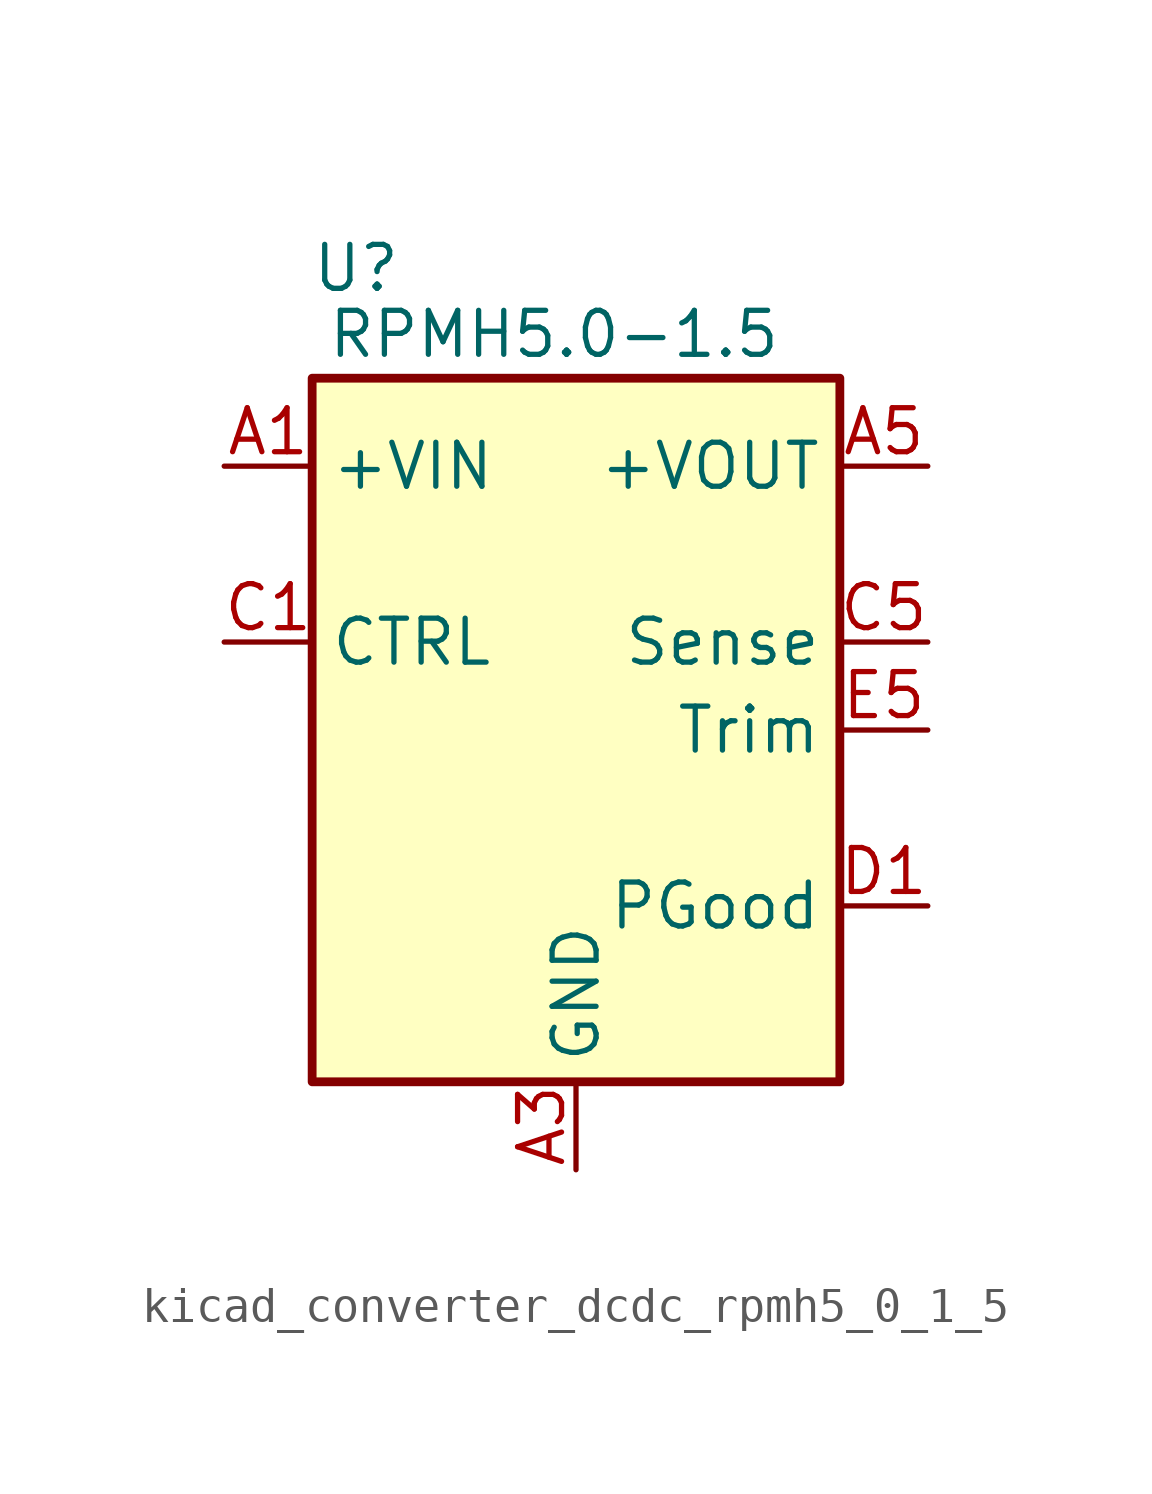
<source format=kicad_sym>
(kicad_symbol_lib
  (version 20220914)
  (generator kicad_symbol_editor)
  (symbol "kicad_converter_dcdc_rpmh5_0_1_5"
    (property "Reference" "U"
      (at -6.35 13.335 0)
      (effects (font (size 1.27 1.27))))
    (property "Value" "RPMH5.0-1.5"
      (at -0.635 11.43 0)
      (effects (font (size 1.27 1.27))))
    (symbol "kicad_converter_dcdc_rpmh5_0_1_5_0_1"
      (rectangle (start -7.62 10.16) (end 7.62 -10.16) (stroke (width 0.254) (type default)) (fill (type background))))
    (symbol "kicad_converter_dcdc_rpmh5_0_1_5_1_1"
      (pin power_in line (at -10.16 7.62 0) (length 2.54) (name "+VIN" (effects (font (size 1.27 1.27)))) (number "A1" (effects (font (size 1.27 1.27)))))
      (pin passive line (at -10.16 7.62 0) (length 2.54) hide (name "+VIN" (effects (font (size 1.27 1.27)))) (number "A2" (effects (font (size 1.27 1.27)))))
      (pin power_in line (at 0 -12.7 90) (length 2.54) (name "GND" (effects (font (size 1.27 1.27)))) (number "A3" (effects (font (size 1.27 1.27)))))
      (pin passive line (at 0 -12.7 90) (length 2.54) hide (name "GND" (effects (font (size 1.27 1.27)))) (number "A4" (effects (font (size 1.27 1.27)))))
      (pin power_out line (at 10.16 7.62 180) (length 2.54) (name "+VOUT" (effects (font (size 1.27 1.27)))) (number "A5" (effects (font (size 1.27 1.27)))))
      (pin passive line (at 0 -12.7 90) (length 2.54) hide (name "GND" (effects (font (size 1.27 1.27)))) (number "B1" (effects (font (size 1.27 1.27)))))
      (pin passive line (at 0 -12.7 90) (length 2.54) hide (name "GND" (effects (font (size 1.27 1.27)))) (number "B2" (effects (font (size 1.27 1.27)))))
      (pin passive line (at 0 -12.7 90) (length 2.54) hide (name "GND" (effects (font (size 1.27 1.27)))) (number "B3" (effects (font (size 1.27 1.27)))))
      (pin passive line (at 0 -12.7 90) (length 2.54) hide (name "GND" (effects (font (size 1.27 1.27)))) (number "B4" (effects (font (size 1.27 1.27)))))
      (pin passive line (at 10.16 7.62 180) (length 2.54) hide (name "+VOUT" (effects (font (size 1.27 1.27)))) (number "B5" (effects (font (size 1.27 1.27)))))
      (pin input line (at -10.16 2.54 0) (length 2.54) (name "CTRL" (effects (font (size 1.27 1.27)))) (number "C1" (effects (font (size 1.27 1.27)))))
      (pin passive line (at 0 -12.7 90) (length 2.54) hide (name "GND" (effects (font (size 1.27 1.27)))) (number "C2" (effects (font (size 1.27 1.27)))))
      (pin passive line (at 0 -12.7 90) (length 2.54) hide (name "GND" (effects (font (size 1.27 1.27)))) (number "C3" (effects (font (size 1.27 1.27)))))
      (pin passive line (at 0 -12.7 90) (length 2.54) hide (name "GND" (effects (font (size 1.27 1.27)))) (number "C4" (effects (font (size 1.27 1.27)))))
      (pin input line (at 10.16 2.54 180) (length 2.54) (name "Sense" (effects (font (size 1.27 1.27)))) (number "C5" (effects (font (size 1.27 1.27)))))
      (pin output line (at 10.16 -5.08 180) (length 2.54) (name "PGood" (effects (font (size 1.27 1.27)))) (number "D1" (effects (font (size 1.27 1.27)))))
      (pin passive line (at 0 -12.7 90) (length 2.54) hide (name "GND" (effects (font (size 1.27 1.27)))) (number "D2" (effects (font (size 1.27 1.27)))))
      (pin passive line (at 0 -12.7 90) (length 2.54) hide (name "GND" (effects (font (size 1.27 1.27)))) (number "D3" (effects (font (size 1.27 1.27)))))
      (pin passive line (at 0 -12.7 90) (length 2.54) hide (name "GND" (effects (font (size 1.27 1.27)))) (number "D4" (effects (font (size 1.27 1.27)))))
      (pin passive line (at 0 -12.7 90) (length 2.54) hide (name "GND" (effects (font (size 1.27 1.27)))) (number "D5" (effects (font (size 1.27 1.27)))))
      (pin no_connect line (at -7.62 -2.54 0) (length 2.54) hide (name "NC" (effects (font (size 1.27 1.27)))) (number "E1" (effects (font (size 1.27 1.27)))))
      (pin no_connect line (at -7.62 -5.08 0) (length 2.54) hide (name "NC" (effects (font (size 1.27 1.27)))) (number "E2" (effects (font (size 1.27 1.27)))))
      (pin passive line (at 0 -12.7 90) (length 2.54) hide (name "GND" (effects (font (size 1.27 1.27)))) (number "E3" (effects (font (size 1.27 1.27)))))
      (pin passive line (at 0 -12.7 90) (length 2.54) hide (name "GND" (effects (font (size 1.27 1.27)))) (number "E4" (effects (font (size 1.27 1.27)))))
      (pin input line (at 10.16 0 180) (length 2.54) (name "Trim" (effects (font (size 1.27 1.27)))) (number "E5" (effects (font (size 1.27 1.27))))))))
</source>
